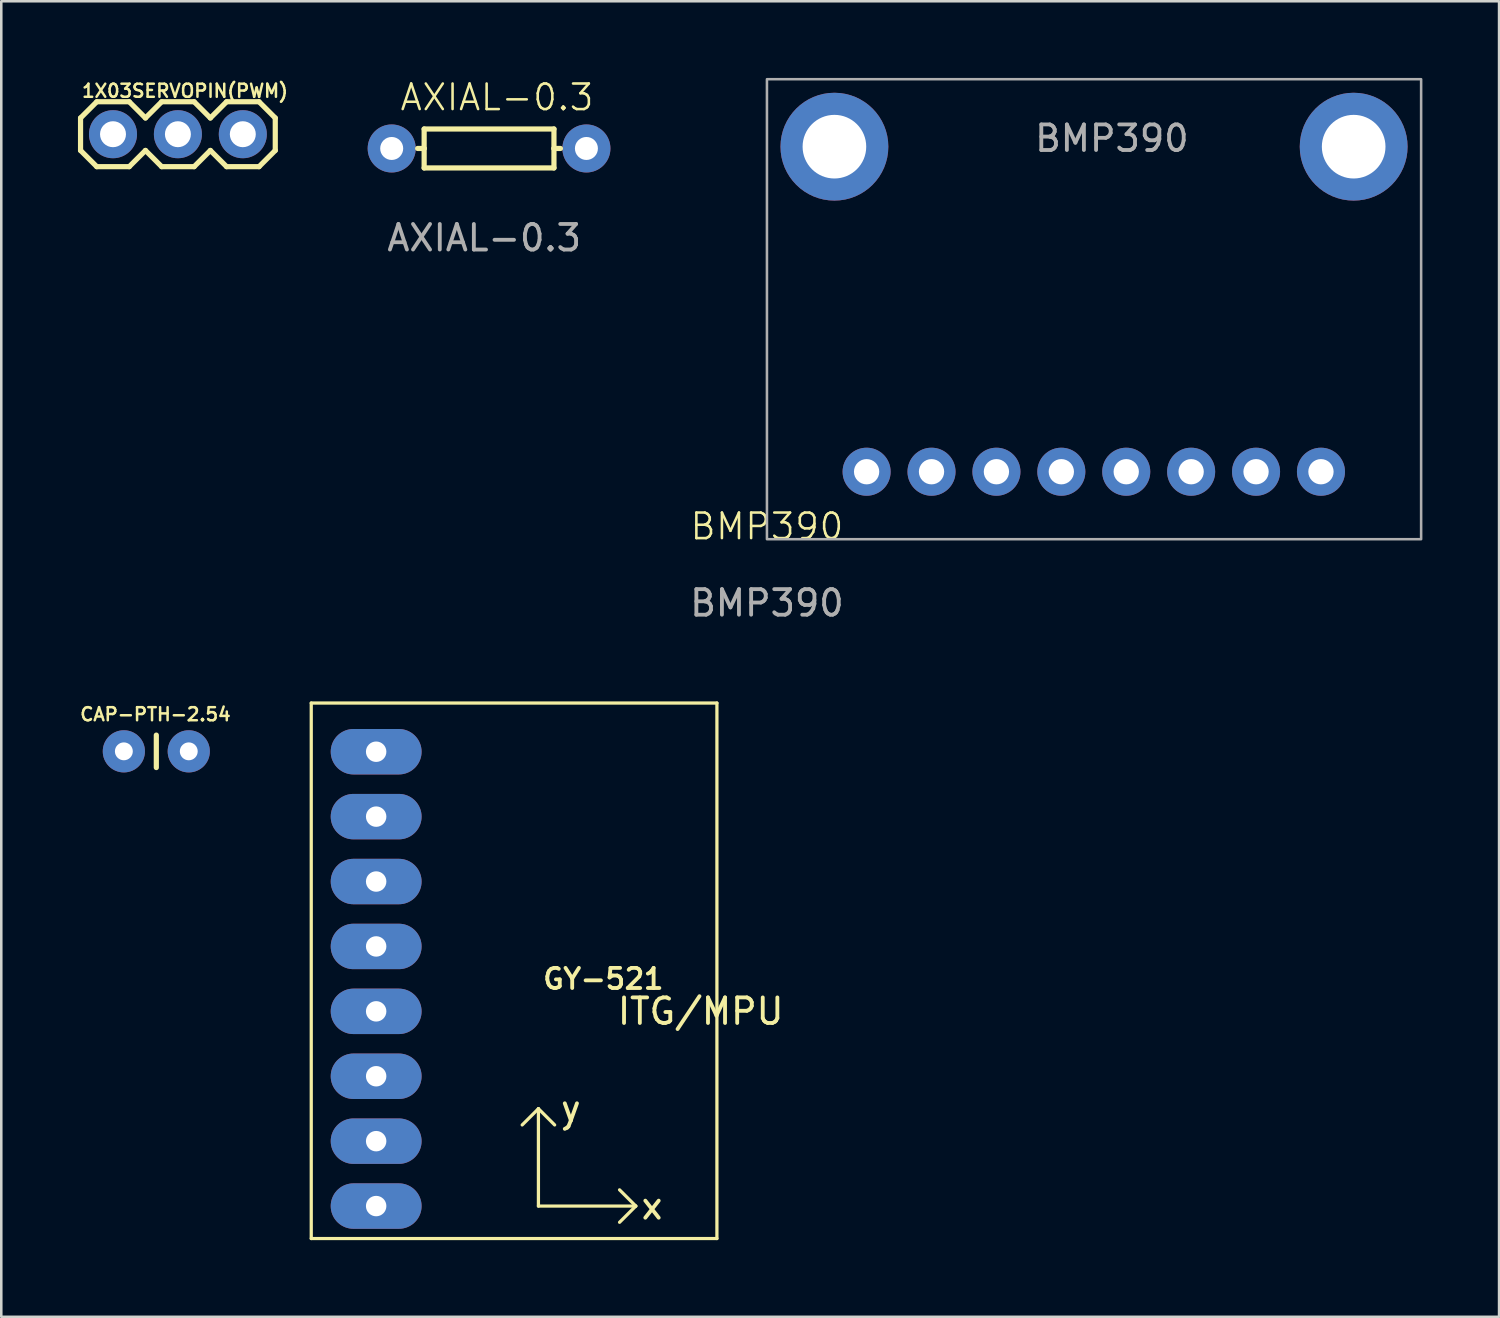
<source format=kicad_pcb>
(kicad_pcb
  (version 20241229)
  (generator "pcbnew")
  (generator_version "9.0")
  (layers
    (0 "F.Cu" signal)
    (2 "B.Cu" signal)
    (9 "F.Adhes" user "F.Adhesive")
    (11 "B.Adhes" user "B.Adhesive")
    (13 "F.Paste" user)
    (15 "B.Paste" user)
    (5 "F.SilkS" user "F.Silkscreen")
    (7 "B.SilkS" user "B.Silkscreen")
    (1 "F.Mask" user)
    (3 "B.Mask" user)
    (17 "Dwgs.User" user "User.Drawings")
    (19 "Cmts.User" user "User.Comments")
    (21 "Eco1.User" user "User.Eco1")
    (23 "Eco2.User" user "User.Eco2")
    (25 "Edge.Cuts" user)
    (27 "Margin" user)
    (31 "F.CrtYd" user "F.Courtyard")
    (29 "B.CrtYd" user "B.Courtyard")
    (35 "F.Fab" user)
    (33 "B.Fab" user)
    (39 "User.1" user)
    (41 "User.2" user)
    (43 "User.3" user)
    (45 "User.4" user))
  (footprint "AXIAL-0.3"
    (layer "F.Cu")
    (at 19.898 2.76)
    (property "Reference" "AXIAL-0.3" (at -3.5 -2 0) (unlocked yes) (layer "F.SilkS") (effects (font (size 1 1) (thickness 0.1))))
    (attr through_hole)
    (fp_line (start -6.35 -0.762) (end -1.27 -0.762) (stroke (width 0.203) (type solid)) (layer "F.SilkS"))
    (fp_line (start -6.35 0) (end -6.604 0) (stroke (width 0.203) (type solid)) (layer "F.SilkS"))
    (fp_line (start -6.35 0) (end -6.35 -0.762) (stroke (width 0.203) (type solid)) (layer "F.SilkS"))
    (fp_line (start -6.35 0.762) (end -6.35 0) (stroke (width 0.203) (type solid)) (layer "F.SilkS"))
    (fp_line (start -1.27 -0.762) (end -1.27 0) (stroke (width 0.203) (type solid)) (layer "F.SilkS"))
    (fp_line (start -1.27 0) (end -1.27 0.762) (stroke (width 0.203) (type solid)) (layer "F.SilkS"))
    (fp_line (start -1.27 0) (end -1.016 0) (stroke (width 0.203) (type solid)) (layer "F.SilkS"))
    (fp_line (start -1.27 0.762) (end -6.35 0.762) (stroke (width 0.203) (type solid)) (layer "F.SilkS"))
    (fp_text user "${REFERENCE}" (at -4 3.5 0) (unlocked yes) (layer "F.Fab") (effects (font (size 1 1) (thickness 0.15))))
    (pad "1" thru_hole circle (at -7.62 0) (size 1.88 1.88) (drill 0.9) (layers "*.Cu" "*.Mask"))
    (pad "2" thru_hole circle (at 0 0) (size 1.88 1.88) (drill 0.9) (layers "*.Cu" "*.Mask")))
  (footprint "CAP-PTH-2.54"
    (layer "F.Cu")
    (at 3.067 26.352)
    (property "Reference" "CAP-PTH-2.54" (at -0.034 -1.149 0) (unlocked yes) (layer "F.SilkS") (effects (font (size 0.512 0.512) (thickness 0.098)) (justify bottom)))
    (fp_line (start 0 -0.635) (end 0 0.635) (stroke (width 0.203) (type solid)) (layer "F.SilkS"))
    (pad "1" thru_hole circle (at -1.27 0) (size 1.651 1.651) (drill 0.7) (layers "*.Cu" "*.Mask"))
    (pad "2" thru_hole circle (at 1.27 0) (size 1.651 1.651) (drill 0.7) (layers "*.Cu" "*.Mask")))
  (footprint "BMP390"
    (layer "F.Cu")
    (at 26.963 18.05)
    (property "Reference" "BMP390" (at 0 -0.5 0) (unlocked yes) (layer "F.SilkS") (effects (font (size 1 1) (thickness 0.1))))
    (attr through_hole)
    (fp_rect (start 0 -18) (end 25.6 0) (stroke (width 0.1) (type default)) (fill no) (layer "F.Fab"))
    (fp_text user "BMP390" (at 10.4 -15.1 0) (unlocked yes) (layer "F.Fab") (effects (font (size 1 1) (thickness 0.15)) (justify left bottom)))
    (fp_text user "${REFERENCE}" (at 0 2.5 0) (unlocked yes) (layer "F.Fab") (effects (font (size 1 1) (thickness 0.15))))
    (pad "" np_thru_hole circle (at 2.64 -15.36) (size 4.22 4.22) (drill 2.49) (layers "*.Cu" "*.Mask"))
    (pad "" np_thru_hole circle (at 22.96 -15.36) (size 4.22 4.22) (drill 2.49) (layers "*.Cu" "*.Mask"))
    (pad "1" thru_hole circle (at 3.9 -2.64) (size 1.88 1.88) (drill 0.99) (layers "*.Cu" "*.Mask"))
    (pad "2" thru_hole circle (at 6.44 -2.64) (size 1.88 1.88) (drill 0.99) (layers "*.Cu" "*.Mask"))
    (pad "3" thru_hole circle (at 8.98 -2.64) (size 1.88 1.88) (drill 0.99) (layers "*.Cu" "*.Mask"))
    (pad "4" thru_hole circle (at 11.52 -2.64) (size 1.88 1.88) (drill 0.99) (layers "*.Cu" "*.Mask"))
    (pad "5" thru_hole circle (at 14.06 -2.64) (size 1.88 1.88) (drill 0.99) (layers "*.Cu" "*.Mask"))
    (pad "6" thru_hole circle (at 16.6 -2.64) (size 1.88 1.88) (drill 0.99) (layers "*.Cu" "*.Mask"))
    (pad "7" thru_hole circle (at 19.14 -2.64) (size 1.88 1.88) (drill 0.99) (layers "*.Cu" "*.Mask"))
    (pad "8" thru_hole circle (at 21.68 -2.64) (size 1.88 1.88) (drill 0.99) (layers "*.Cu" "*.Mask")))
  (footprint "1X03SERVOPIN(PWM)"
    (layer "F.Cu")
    (at 1.372 2.202)
    (property "Reference" "1X03SERVOPIN(PWM)" (at -1.27 -1.397 0) (unlocked yes) (layer "F.SilkS") (effects (font (size 0.512 0.512) (thickness 0.098)) (justify left bottom)))
    (fp_line (start -1.27 -0.635) (end -1.27 0.635) (stroke (width 0.203) (type solid)) (layer "F.SilkS"))
    (fp_line (start -1.27 0.635) (end -0.635 1.27) (stroke (width 0.203) (type solid)) (layer "F.SilkS"))
    (fp_line (start -0.635 -1.27) (end -1.27 -0.635) (stroke (width 0.203) (type solid)) (layer "F.SilkS"))
    (fp_line (start -0.635 -1.27) (end 0.635 -1.27) (stroke (width 0.203) (type solid)) (layer "F.SilkS"))
    (fp_line (start 0.635 -1.27) (end 1.27 -0.635) (stroke (width 0.203) (type solid)) (layer "F.SilkS"))
    (fp_line (start 0.635 1.27) (end -0.635 1.27) (stroke (width 0.203) (type solid)) (layer "F.SilkS"))
    (fp_line (start 1.27 -0.635) (end 1.905 -1.27) (stroke (width 0.203) (type solid)) (layer "F.SilkS"))
    (fp_line (start 1.27 0.635) (end 0.635 1.27) (stroke (width 0.203) (type solid)) (layer "F.SilkS"))
    (fp_line (start 1.905 -1.27) (end 3.175 -1.27) (stroke (width 0.203) (type solid)) (layer "F.SilkS"))
    (fp_line (start 1.905 1.27) (end 1.27 0.635) (stroke (width 0.203) (type solid)) (layer "F.SilkS"))
    (fp_line (start 3.175 -1.27) (end 3.81 -0.635) (stroke (width 0.203) (type solid)) (layer "F.SilkS"))
    (fp_line (start 3.175 1.27) (end 1.905 1.27) (stroke (width 0.203) (type solid)) (layer "F.SilkS"))
    (fp_line (start 3.81 -0.635) (end 4.445 -1.27) (stroke (width 0.203) (type solid)) (layer "F.SilkS"))
    (fp_line (start 3.81 0.635) (end 3.175 1.27) (stroke (width 0.203) (type solid)) (layer "F.SilkS"))
    (fp_line (start 4.445 -1.27) (end 5.715 -1.27) (stroke (width 0.203) (type solid)) (layer "F.SilkS"))
    (fp_line (start 4.445 1.27) (end 3.81 0.635) (stroke (width 0.203) (type solid)) (layer "F.SilkS"))
    (fp_line (start 5.715 -1.27) (end 6.35 -0.635) (stroke (width 0.203) (type solid)) (layer "F.SilkS"))
    (fp_line (start 5.715 1.27) (end 4.445 1.27) (stroke (width 0.203) (type solid)) (layer "F.SilkS"))
    (fp_line (start 6.35 -0.635) (end 6.35 0.635) (stroke (width 0.203) (type solid)) (layer "F.SilkS"))
    (fp_line (start 6.35 0.635) (end 5.715 1.27) (stroke (width 0.203) (type solid)) (layer "F.SilkS"))
    (fp_poly (pts (xy -0.254 0.254) (xy 0.254 0.254) (xy 0.254 -0.254) (xy -0.254 -0.254)) (stroke (width 0.1) (type default)) (fill no) (layer "F.Fab"))
    (fp_poly (pts (xy 2.286 0.254) (xy 2.794 0.254) (xy 2.794 -0.254) (xy 2.286 -0.254)) (stroke (width 0.1) (type default)) (fill no) (layer "F.Fab"))
    (fp_poly (pts (xy 4.826 0.254) (xy 5.334 0.254) (xy 5.334 -0.254) (xy 4.826 -0.254)) (stroke (width 0.1) (type default)) (fill no) (layer "F.Fab"))
    (pad "1" thru_hole circle (at 0 0 90) (size 1.88 1.88) (drill 1.016) (layers "*.Cu" "*.Mask"))
    (pad "2" thru_hole circle (at 2.54 0 90) (size 1.88 1.88) (drill 1.016) (layers "*.Cu" "*.Mask"))
    (pad "3" thru_hole circle (at 5.08 0 90) (size 1.88 1.88) (drill 1.016) (layers "*.Cu" "*.Mask")))
  (footprint "GY-521"
    (layer "F.Cu")
    (at 20.56 35.257)
    (property "Reference" "GY-521" (at 0 0 0) (layer "F.SilkS") (effects (font (size 0.787 0.787) (thickness 0.15))))
    (attr through_hole)
    (fp_line (start -11.43 -10.795) (end 4.445 -10.795) (stroke (width 0.127) (type solid)) (layer "F.SilkS"))
    (fp_line (start -11.43 10.16) (end -11.43 -10.795) (stroke (width 0.127) (type solid)) (layer "F.SilkS"))
    (fp_line (start -2.54 5.08) (end -3.175 5.715) (stroke (width 0.127) (type solid)) (layer "F.SilkS"))
    (fp_line (start -2.54 5.08) (end -1.905 5.715) (stroke (width 0.127) (type solid)) (layer "F.SilkS"))
    (fp_line (start -2.54 8.89) (end -2.54 5.08) (stroke (width 0.127) (type solid)) (layer "F.SilkS"))
    (fp_line (start -2.54 8.89) (end 1.27 8.89) (stroke (width 0.127) (type solid)) (layer "F.SilkS"))
    (fp_line (start 1.27 8.89) (end 0.635 8.255) (stroke (width 0.127) (type solid)) (layer "F.SilkS"))
    (fp_line (start 1.27 8.89) (end 0.635 9.525) (stroke (width 0.127) (type solid)) (layer "F.SilkS"))
    (fp_line (start 4.445 -10.795) (end 4.445 10.16) (stroke (width 0.127) (type solid)) (layer "F.SilkS"))
    (fp_line (start 4.445 10.16) (end -11.43 10.16) (stroke (width 0.127) (type solid)) (layer "F.SilkS"))
    (fp_text user "ITG/MPU" (at 3.81 1.27 0) (layer "F.SilkS") (effects (font (size 1 1) (thickness 0.15))))
    (fp_text user "y" (at -1.27 5.08 0) (layer "F.SilkS") (effects (font (size 1 1) (thickness 0.15))))
    (fp_text user "x" (at 1.905 8.89 0) (layer "F.SilkS") (effects (font (size 1 1) (thickness 0.15))))
    (pad "ADO" thru_hole oval (at -8.89 6.35) (size 3.556 1.778) (drill 0.8) (layers "*.Cu" "*.Mask"))
    (pad "GND" thru_hole oval (at -8.89 -6.35) (size 3.556 1.778) (drill 0.8) (layers "*.Cu" "*.Mask"))
    (pad "INT" thru_hole oval (at -8.89 8.89) (size 3.556 1.778) (drill 0.8) (layers "*.Cu" "*.Mask"))
    (pad "SCL" thru_hole oval (at -8.89 -3.81) (size 3.556 1.778) (drill 0.8) (layers "*.Cu" "*.Mask"))
    (pad "SDA" thru_hole oval (at -8.89 -1.27) (size 3.556 1.778) (drill 0.8) (layers "*.Cu" "*.Mask"))
    (pad "VCC" thru_hole oval (at -8.89 -8.89) (size 3.556 1.778) (drill 0.8) (layers "*.Cu" "*.Mask"))
    (pad "XCL" thru_hole oval (at -8.89 3.81) (size 3.556 1.778) (drill 0.8) (layers "*.Cu" "*.Mask"))
    (pad "XDA" thru_hole oval (at -8.89 1.27) (size 3.556 1.778) (drill 0.8) (layers "*.Cu" "*.Mask")))
  (gr_rect
    (start -3 -3)
    (end 55.613 48.48)
    (stroke (width 0.1) (type default))
    (fill no)
    (layer "Edge.Cuts")))
</source>
